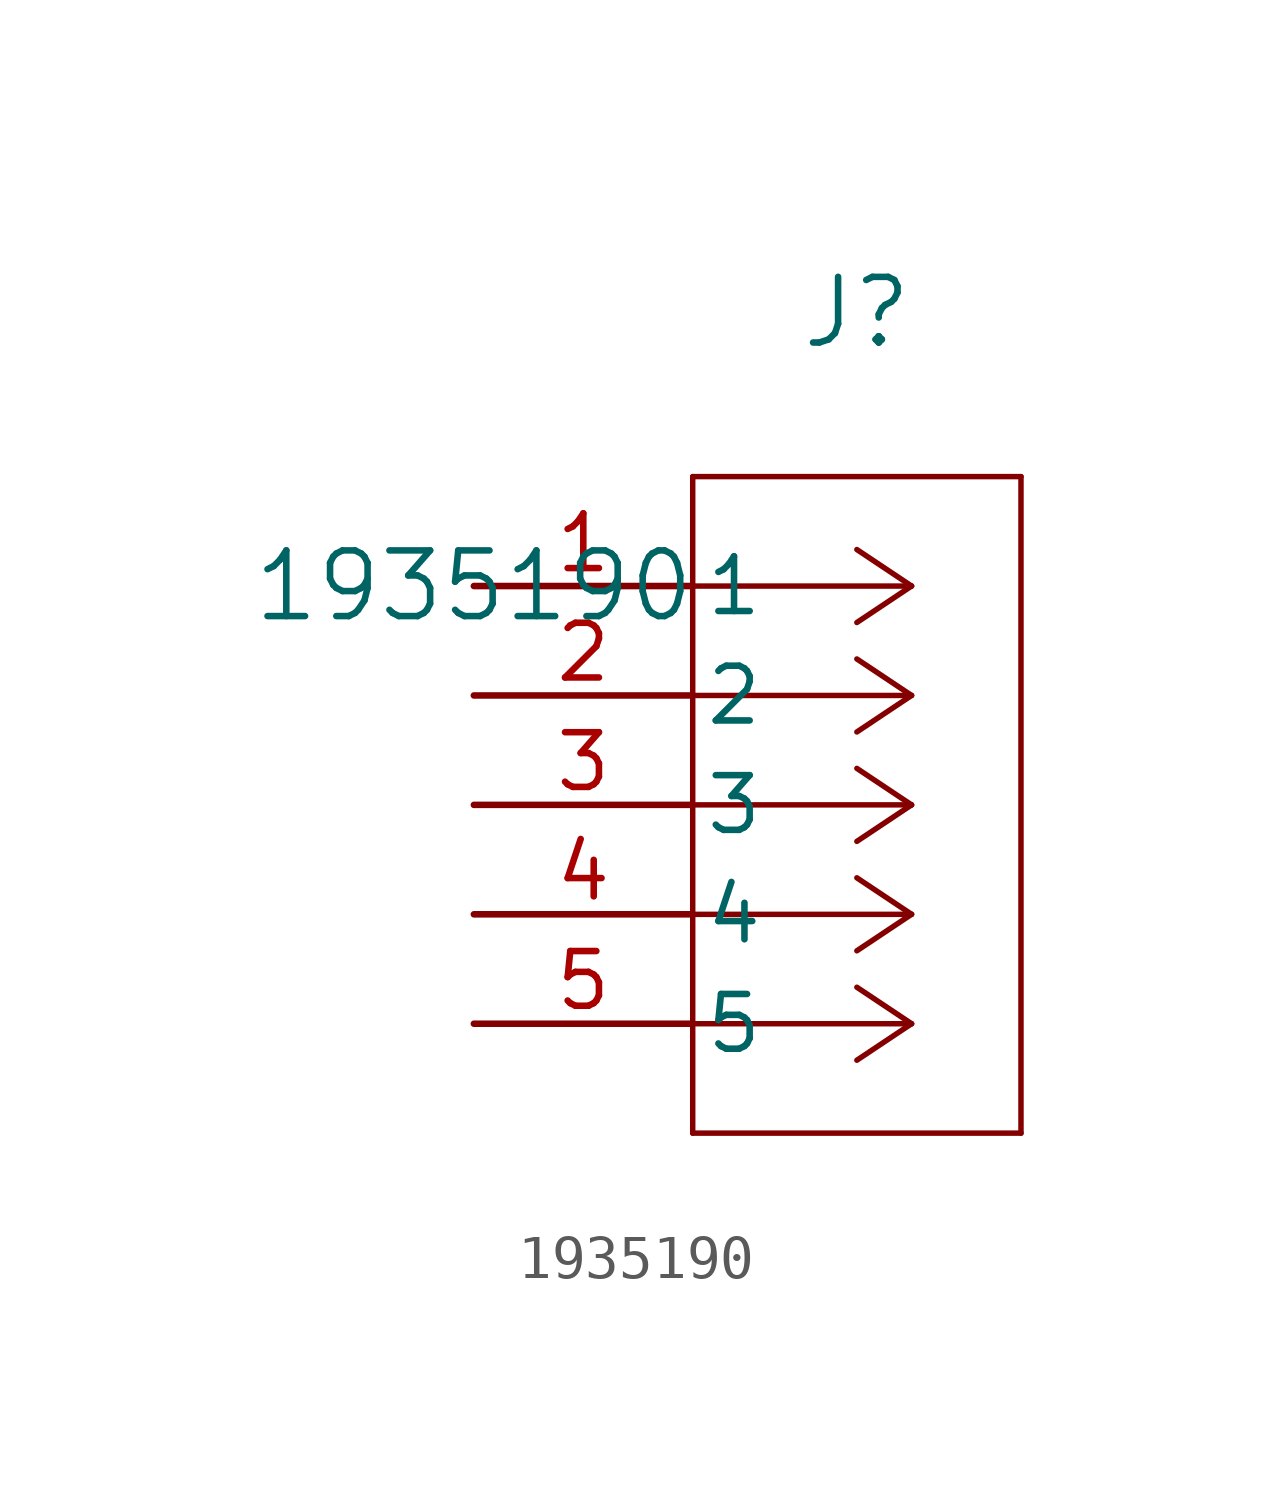
<source format=kicad_sym>
(kicad_symbol_lib
  (version 20211014)
  (generator kicad_symbol_editor)
  (symbol "1935190"
    (pin_names
      (offset 0.254))
    (property "Reference" "J"
      (at 8.89 6.35 0)
      (effects (font (size 1.524 1.524))))
    (property "Value" "1935190"
      (at 0 0 0)
      (effects (font (size 1.524 1.524))))
    (symbol "1935190_0_1"
      (polyline (pts (xy 10.16 0) (xy 5.08 0)) (stroke (width 0.127) (type default) (color 0 0 0 0)) (fill (type none)))
      (polyline (pts (xy 10.16 -2.54) (xy 5.08 -2.54)) (stroke (width 0.127) (type default) (color 0 0 0 0)) (fill (type none)))
      (polyline (pts (xy 10.16 -5.08) (xy 5.08 -5.08)) (stroke (width 0.127) (type default) (color 0 0 0 0)) (fill (type none)))
      (polyline (pts (xy 10.16 -7.62) (xy 5.08 -7.62)) (stroke (width 0.127) (type default) (color 0 0 0 0)) (fill (type none)))
      (polyline (pts (xy 10.16 -10.16) (xy 5.08 -10.16)) (stroke (width 0.127) (type default) (color 0 0 0 0)) (fill (type none)))
      (polyline (pts (xy 10.16 0) (xy 8.89 0.847)) (stroke (width 0.127) (type default) (color 0 0 0 0)) (fill (type none)))
      (polyline (pts (xy 10.16 -2.54) (xy 8.89 -1.693)) (stroke (width 0.127) (type default) (color 0 0 0 0)) (fill (type none)))
      (polyline (pts (xy 10.16 -5.08) (xy 8.89 -4.233)) (stroke (width 0.127) (type default) (color 0 0 0 0)) (fill (type none)))
      (polyline (pts (xy 10.16 -7.62) (xy 8.89 -6.773)) (stroke (width 0.127) (type default) (color 0 0 0 0)) (fill (type none)))
      (polyline (pts (xy 10.16 -10.16) (xy 8.89 -9.313)) (stroke (width 0.127) (type default) (color 0 0 0 0)) (fill (type none)))
      (polyline (pts (xy 10.16 0) (xy 8.89 -0.847)) (stroke (width 0.127) (type default) (color 0 0 0 0)) (fill (type none)))
      (polyline (pts (xy 10.16 -2.54) (xy 8.89 -3.387)) (stroke (width 0.127) (type default) (color 0 0 0 0)) (fill (type none)))
      (polyline (pts (xy 10.16 -5.08) (xy 8.89 -5.927)) (stroke (width 0.127) (type default) (color 0 0 0 0)) (fill (type none)))
      (polyline (pts (xy 10.16 -7.62) (xy 8.89 -8.467)) (stroke (width 0.127) (type default) (color 0 0 0 0)) (fill (type none)))
      (polyline (pts (xy 10.16 -10.16) (xy 8.89 -11.007)) (stroke (width 0.127) (type default) (color 0 0 0 0)) (fill (type none)))
      (polyline (pts (xy 5.08 2.54) (xy 5.08 -12.7)) (stroke (width 0.127) (type default) (color 0 0 0 0)) (fill (type none)))
      (polyline (pts (xy 5.08 -12.7) (xy 12.7 -12.7)) (stroke (width 0.127) (type default) (color 0 0 0 0)) (fill (type none)))
      (polyline (pts (xy 12.7 -12.7) (xy 12.7 2.54)) (stroke (width 0.127) (type default) (color 0 0 0 0)) (fill (type none)))
      (polyline (pts (xy 12.7 2.54) (xy 5.08 2.54)) (stroke (width 0.127) (type default) (color 0 0 0 0)) (fill (type none)))
      (pin unspecified line (at 0 0 0) (length 5.08) (name "1" (effects (font (size 1.27 1.27)))) (number "1" (effects (font (size 1.27 1.27)))))
      (pin unspecified line (at 0 -2.54 0) (length 5.08) (name "2" (effects (font (size 1.27 1.27)))) (number "2" (effects (font (size 1.27 1.27)))))
      (pin unspecified line (at 0 -5.08 0) (length 5.08) (name "3" (effects (font (size 1.27 1.27)))) (number "3" (effects (font (size 1.27 1.27)))))
      (pin unspecified line (at 0 -7.62 0) (length 5.08) (name "4" (effects (font (size 1.27 1.27)))) (number "4" (effects (font (size 1.27 1.27)))))
      (pin unspecified line (at 0 -10.16 0) (length 5.08) (name "5" (effects (font (size 1.27 1.27)))) (number "5" (effects (font (size 1.27 1.27))))))))
</source>
